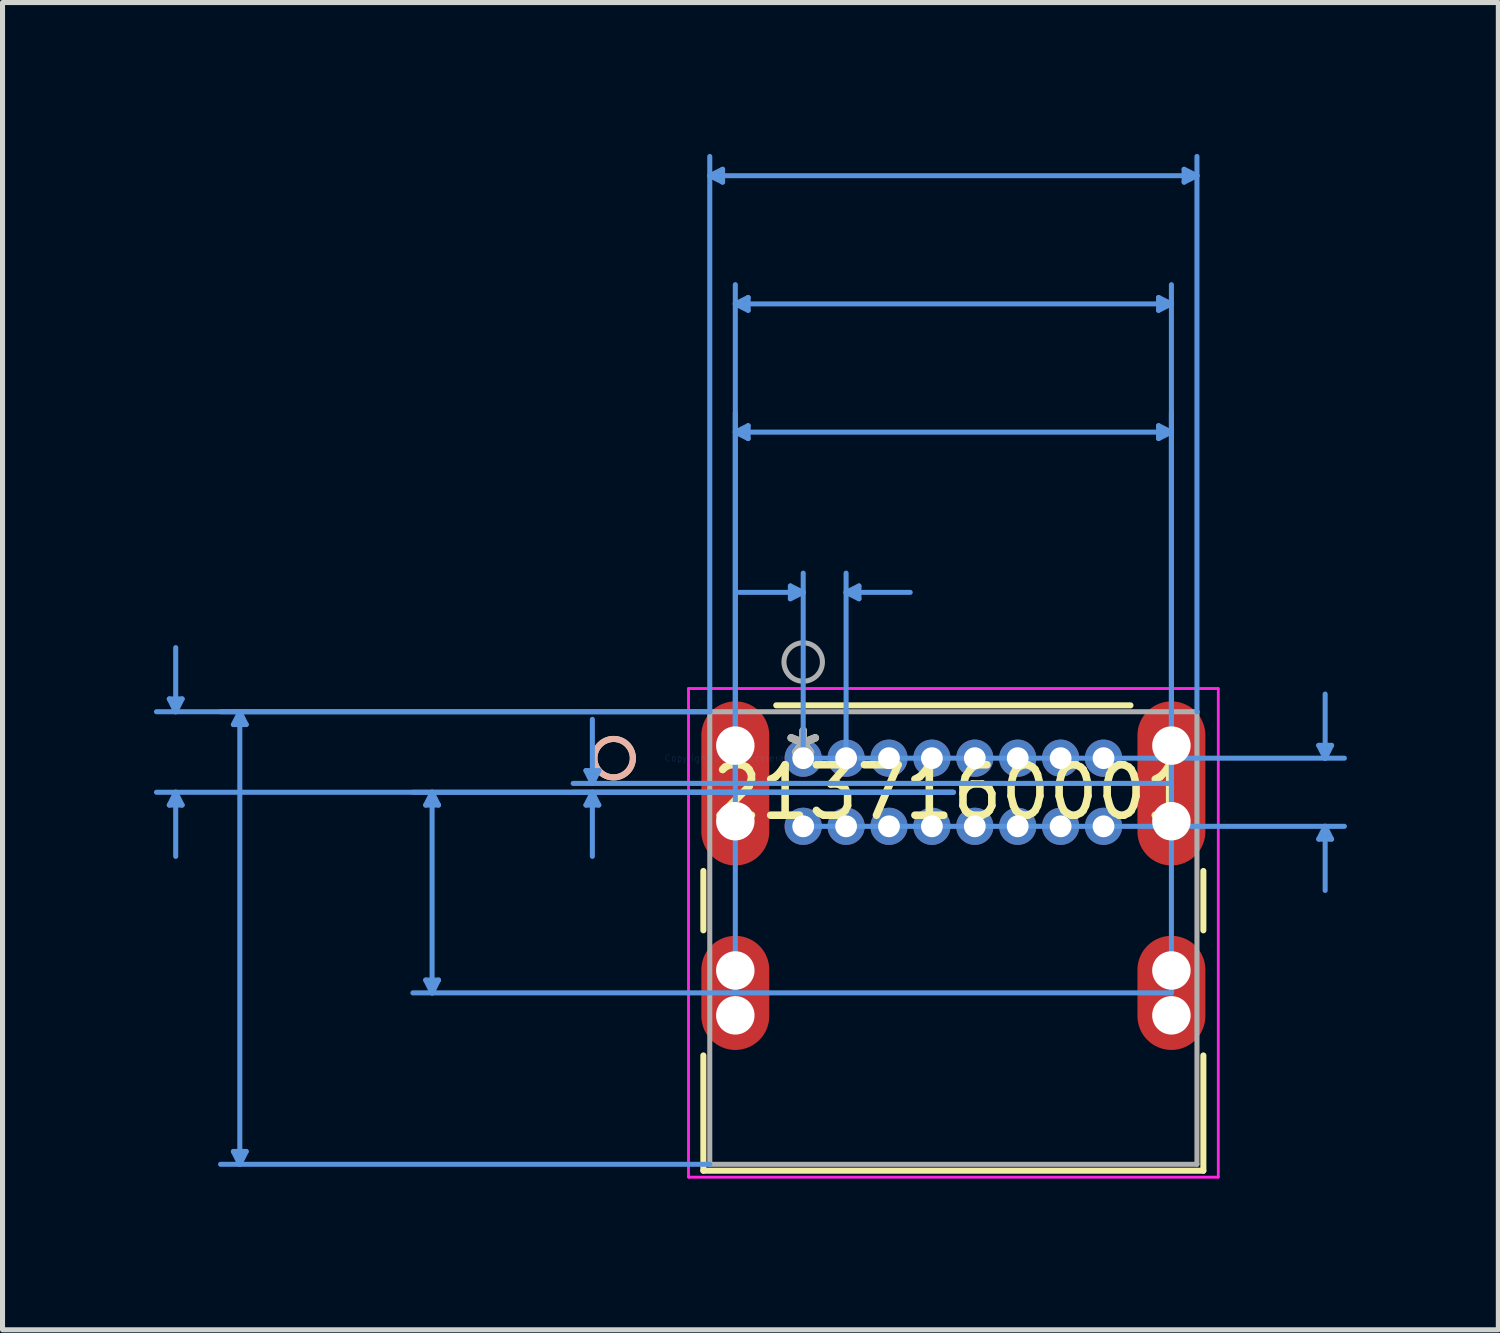
<source format=kicad_pcb>
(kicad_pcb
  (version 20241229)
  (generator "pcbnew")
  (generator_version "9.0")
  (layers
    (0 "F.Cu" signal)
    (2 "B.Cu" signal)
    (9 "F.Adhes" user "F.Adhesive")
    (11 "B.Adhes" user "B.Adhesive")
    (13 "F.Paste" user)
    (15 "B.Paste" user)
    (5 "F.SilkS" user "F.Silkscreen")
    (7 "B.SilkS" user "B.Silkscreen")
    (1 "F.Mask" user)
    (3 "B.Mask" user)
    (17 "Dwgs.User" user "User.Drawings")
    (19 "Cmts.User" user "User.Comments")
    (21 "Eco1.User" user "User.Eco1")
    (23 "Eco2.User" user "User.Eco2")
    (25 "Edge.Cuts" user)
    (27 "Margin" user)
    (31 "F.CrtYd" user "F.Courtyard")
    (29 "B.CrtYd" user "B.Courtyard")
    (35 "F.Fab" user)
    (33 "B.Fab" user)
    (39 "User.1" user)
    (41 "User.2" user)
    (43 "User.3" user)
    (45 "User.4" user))
  (footprint "2137160001"
    (layer "F.Cu")
    (at 12.863 11.971)
    (property "Reference" "2137160001" (at 2.975 0.675 0) (layer "F.SilkS") (effects (font (size 1 1) (thickness 0.15))))
    (attr through_hole)
    (fp_line (start -1.978 2.234) (end -1.978 3.411) (stroke (width 0.12) (type solid)) (layer "F.SilkS"))
    (fp_line (start -1.978 5.889) (end -1.978 8.173) (stroke (width 0.12) (type solid)) (layer "F.SilkS"))
    (fp_line (start -1.978 8.173) (end 7.928 8.173) (stroke (width 0.12) (type solid)) (layer "F.SilkS"))
    (fp_line (start 6.484 -1.047) (end -0.534 -1.047) (stroke (width 0.12) (type solid)) (layer "F.SilkS"))
    (fp_line (start 7.928 3.411) (end 7.928 2.234) (stroke (width 0.12) (type solid)) (layer "F.SilkS"))
    (fp_line (start 7.928 8.173) (end 7.928 5.889) (stroke (width 0.12) (type solid)) (layer "F.SilkS"))
    (fp_circle (center -3.756 0) (end -3.375 0) (stroke (width 0.12) (type solid)) (fill no) (layer "F.SilkS"))
    (fp_circle (center -3.756 0) (end -3.375 0) (stroke (width 0.12) (type solid)) (fill no) (layer "B.SilkS"))
    (fp_line (start -12.559 -1.174) (end -12.305 -1.174) (stroke (width 0.1) (type solid)) (layer "Cmts.User"))
    (fp_line (start -12.559 0.929) (end -12.305 0.929) (stroke (width 0.1) (type solid)) (layer "Cmts.User"))
    (fp_line (start -12.432 -0.92) (end -12.559 -1.174) (stroke (width 0.1) (type solid)) (layer "Cmts.User"))
    (fp_line (start -12.432 -0.92) (end -12.432 -2.19) (stroke (width 0.1) (type solid)) (layer "Cmts.User"))
    (fp_line (start -12.432 -0.92) (end -12.305 -1.174) (stroke (width 0.1) (type solid)) (layer "Cmts.User"))
    (fp_line (start -12.432 0.675) (end -12.559 0.929) (stroke (width 0.1) (type solid)) (layer "Cmts.User"))
    (fp_line (start -12.432 0.675) (end -12.432 1.945) (stroke (width 0.1) (type solid)) (layer "Cmts.User"))
    (fp_line (start -12.432 0.675) (end -12.305 0.929) (stroke (width 0.1) (type solid)) (layer "Cmts.User"))
    (fp_line (start -11.289 -0.666) (end -11.035 -0.666) (stroke (width 0.1) (type solid)) (layer "Cmts.User"))
    (fp_line (start -11.289 7.792) (end -11.035 7.792) (stroke (width 0.1) (type solid)) (layer "Cmts.User"))
    (fp_line (start -11.162 -0.92) (end -11.289 -0.666) (stroke (width 0.1) (type solid)) (layer "Cmts.User"))
    (fp_line (start -11.162 -0.92) (end -11.162 8.046) (stroke (width 0.1) (type solid)) (layer "Cmts.User"))
    (fp_line (start -11.162 -0.92) (end -11.035 -0.666) (stroke (width 0.1) (type solid)) (layer "Cmts.User"))
    (fp_line (start -11.162 8.046) (end -11.289 7.792) (stroke (width 0.1) (type solid)) (layer "Cmts.User"))
    (fp_line (start -11.162 8.046) (end -11.035 7.792) (stroke (width 0.1) (type solid)) (layer "Cmts.User"))
    (fp_line (start -7.479 0.929) (end -7.225 0.929) (stroke (width 0.1) (type solid)) (layer "Cmts.User"))
    (fp_line (start -7.479 4.396) (end -7.225 4.396) (stroke (width 0.1) (type solid)) (layer "Cmts.User"))
    (fp_line (start -7.352 0.675) (end -7.479 0.929) (stroke (width 0.1) (type solid)) (layer "Cmts.User"))
    (fp_line (start -7.352 0.675) (end -7.352 4.65) (stroke (width 0.1) (type solid)) (layer "Cmts.User"))
    (fp_line (start -7.352 0.675) (end -7.225 0.929) (stroke (width 0.1) (type solid)) (layer "Cmts.User"))
    (fp_line (start -7.352 4.65) (end -7.479 4.396) (stroke (width 0.1) (type solid)) (layer "Cmts.User"))
    (fp_line (start -7.352 4.65) (end -7.225 4.396) (stroke (width 0.1) (type solid)) (layer "Cmts.User"))
    (fp_line (start -4.304 0.246) (end -4.05 0.246) (stroke (width 0.1) (type solid)) (layer "Cmts.User"))
    (fp_line (start -4.304 0.929) (end -4.05 0.929) (stroke (width 0.1) (type solid)) (layer "Cmts.User"))
    (fp_line (start -4.177 0.5) (end -4.304 0.246) (stroke (width 0.1) (type solid)) (layer "Cmts.User"))
    (fp_line (start -4.177 0.5) (end -4.177 -0.77) (stroke (width 0.1) (type solid)) (layer "Cmts.User"))
    (fp_line (start -4.177 0.5) (end -4.05 0.246) (stroke (width 0.1) (type solid)) (layer "Cmts.User"))
    (fp_line (start -4.177 0.675) (end -4.304 0.929) (stroke (width 0.1) (type solid)) (layer "Cmts.User"))
    (fp_line (start -4.177 0.675) (end -4.177 1.945) (stroke (width 0.1) (type solid)) (layer "Cmts.User"))
    (fp_line (start -4.177 0.675) (end -4.05 0.929) (stroke (width 0.1) (type solid)) (layer "Cmts.User"))
    (fp_line (start -1.851 -11.54) (end -1.597 -11.667) (stroke (width 0.1) (type solid)) (layer "Cmts.User"))
    (fp_line (start -1.851 -11.54) (end -1.597 -11.413) (stroke (width 0.1) (type solid)) (layer "Cmts.User"))
    (fp_line (start -1.851 -11.54) (end 7.801 -11.54) (stroke (width 0.1) (type solid)) (layer "Cmts.User"))
    (fp_line (start -1.851 -0.92) (end -12.813 -0.92) (stroke (width 0.1) (type solid)) (layer "Cmts.User"))
    (fp_line (start -1.851 -0.92) (end -11.543 -0.92) (stroke (width 0.1) (type solid)) (layer "Cmts.User"))
    (fp_line (start -1.851 -0.92) (end -1.851 -11.921) (stroke (width 0.1) (type solid)) (layer "Cmts.User"))
    (fp_line (start -1.851 8.046) (end -11.543 8.046) (stroke (width 0.1) (type solid)) (layer "Cmts.User"))
    (fp_line (start -1.597 -11.667) (end -1.597 -11.413) (stroke (width 0.1) (type solid)) (layer "Cmts.User"))
    (fp_line (start -1.345 -9) (end -1.091 -9.127) (stroke (width 0.1) (type solid)) (layer "Cmts.User"))
    (fp_line (start -1.345 -9) (end -1.091 -8.873) (stroke (width 0.1) (type solid)) (layer "Cmts.User"))
    (fp_line (start -1.345 -9) (end 7.295 -9) (stroke (width 0.1) (type solid)) (layer "Cmts.User"))
    (fp_line (start -1.345 -6.46) (end -1.091 -6.587) (stroke (width 0.1) (type solid)) (layer "Cmts.User"))
    (fp_line (start -1.345 -6.46) (end -1.091 -6.333) (stroke (width 0.1) (type solid)) (layer "Cmts.User"))
    (fp_line (start -1.345 -6.46) (end 7.295 -6.46) (stroke (width 0.1) (type solid)) (layer "Cmts.User"))
    (fp_line (start -1.345 0.5) (end -1.345 -9.381) (stroke (width 0.1) (type solid)) (layer "Cmts.User"))
    (fp_line (start -1.345 4.65) (end -1.345 -6.841) (stroke (width 0.1) (type solid)) (layer "Cmts.User"))
    (fp_line (start -1.091 -9.127) (end -1.091 -8.873) (stroke (width 0.1) (type solid)) (layer "Cmts.User"))
    (fp_line (start -1.091 -6.587) (end -1.091 -6.333) (stroke (width 0.1) (type solid)) (layer "Cmts.User"))
    (fp_line (start -0.254 -3.412) (end -0.254 -3.158) (stroke (width 0.1) (type solid)) (layer "Cmts.User"))
    (fp_line (start 0 -3.285) (end -1.27 -3.285) (stroke (width 0.1) (type solid)) (layer "Cmts.User"))
    (fp_line (start 0 -3.285) (end -0.254 -3.412) (stroke (width 0.1) (type solid)) (layer "Cmts.User"))
    (fp_line (start 0 -3.285) (end -0.254 -3.158) (stroke (width 0.1) (type solid)) (layer "Cmts.User"))
    (fp_line (start 0 0) (end 0 -3.666) (stroke (width 0.1) (type solid)) (layer "Cmts.User"))
    (fp_line (start 0 0) (end 10.722 0) (stroke (width 0.1) (type solid)) (layer "Cmts.User"))
    (fp_line (start 0 1.35) (end 10.722 1.35) (stroke (width 0.1) (type solid)) (layer "Cmts.User"))
    (fp_line (start 0.85 -3.285) (end 1.104 -3.412) (stroke (width 0.1) (type solid)) (layer "Cmts.User"))
    (fp_line (start 0.85 -3.285) (end 1.104 -3.158) (stroke (width 0.1) (type solid)) (layer "Cmts.User"))
    (fp_line (start 0.85 -3.285) (end 2.12 -3.285) (stroke (width 0.1) (type solid)) (layer "Cmts.User"))
    (fp_line (start 0.85 0) (end 0.85 -3.666) (stroke (width 0.1) (type solid)) (layer "Cmts.User"))
    (fp_line (start 1.104 -3.412) (end 1.104 -3.158) (stroke (width 0.1) (type solid)) (layer "Cmts.User"))
    (fp_line (start 2.975 0.675) (end -12.813 0.675) (stroke (width 0.1) (type solid)) (layer "Cmts.User"))
    (fp_line (start 2.975 0.675) (end -7.733 0.675) (stroke (width 0.1) (type solid)) (layer "Cmts.User"))
    (fp_line (start 2.975 0.675) (end -4.558 0.675) (stroke (width 0.1) (type solid)) (layer "Cmts.User"))
    (fp_line (start 7.041 -9.127) (end 7.041 -8.873) (stroke (width 0.1) (type solid)) (layer "Cmts.User"))
    (fp_line (start 7.041 -6.587) (end 7.041 -6.333) (stroke (width 0.1) (type solid)) (layer "Cmts.User"))
    (fp_line (start 7.295 -9) (end 7.041 -9.127) (stroke (width 0.1) (type solid)) (layer "Cmts.User"))
    (fp_line (start 7.295 -9) (end 7.041 -8.873) (stroke (width 0.1) (type solid)) (layer "Cmts.User"))
    (fp_line (start 7.295 -6.46) (end 7.041 -6.587) (stroke (width 0.1) (type solid)) (layer "Cmts.User"))
    (fp_line (start 7.295 -6.46) (end 7.041 -6.333) (stroke (width 0.1) (type solid)) (layer "Cmts.User"))
    (fp_line (start 7.295 0.5) (end -4.558 0.5) (stroke (width 0.1) (type solid)) (layer "Cmts.User"))
    (fp_line (start 7.295 0.5) (end 7.295 -9.381) (stroke (width 0.1) (type solid)) (layer "Cmts.User"))
    (fp_line (start 7.295 4.65) (end -7.733 4.65) (stroke (width 0.1) (type solid)) (layer "Cmts.User"))
    (fp_line (start 7.295 4.65) (end 7.295 -6.841) (stroke (width 0.1) (type solid)) (layer "Cmts.User"))
    (fp_line (start 7.547 -11.667) (end 7.547 -11.413) (stroke (width 0.1) (type solid)) (layer "Cmts.User"))
    (fp_line (start 7.801 -11.54) (end 7.547 -11.667) (stroke (width 0.1) (type solid)) (layer "Cmts.User"))
    (fp_line (start 7.801 -11.54) (end 7.547 -11.413) (stroke (width 0.1) (type solid)) (layer "Cmts.User"))
    (fp_line (start 7.801 -0.92) (end 7.801 -11.921) (stroke (width 0.1) (type solid)) (layer "Cmts.User"))
    (fp_line (start 10.214 -0.254) (end 10.468 -0.254) (stroke (width 0.1) (type solid)) (layer "Cmts.User"))
    (fp_line (start 10.214 1.604) (end 10.468 1.604) (stroke (width 0.1) (type solid)) (layer "Cmts.User"))
    (fp_line (start 10.341 0) (end 10.214 -0.254) (stroke (width 0.1) (type solid)) (layer "Cmts.User"))
    (fp_line (start 10.341 0) (end 10.341 -1.27) (stroke (width 0.1) (type solid)) (layer "Cmts.User"))
    (fp_line (start 10.341 0) (end 10.468 -0.254) (stroke (width 0.1) (type solid)) (layer "Cmts.User"))
    (fp_line (start 10.341 1.35) (end 10.214 1.604) (stroke (width 0.1) (type solid)) (layer "Cmts.User"))
    (fp_line (start 10.341 1.35) (end 10.341 2.62) (stroke (width 0.1) (type solid)) (layer "Cmts.User"))
    (fp_line (start 10.341 1.35) (end 10.468 1.604) (stroke (width 0.1) (type solid)) (layer "Cmts.User"))
    (fp_line (start -2.272 -1.38) (end -2.272 8.3) (stroke (width 0.05) (type solid)) (layer "F.CrtYd"))
    (fp_line (start -2.272 -1.38) (end -2.272 8.3) (stroke (width 0.05) (type solid)) (layer "F.CrtYd"))
    (fp_line (start -2.272 8.3) (end 8.222 8.3) (stroke (width 0.05) (type solid)) (layer "F.CrtYd"))
    (fp_line (start -2.272 8.3) (end 8.222 8.3) (stroke (width 0.05) (type solid)) (layer "F.CrtYd"))
    (fp_line (start 8.222 -1.38) (end -2.272 -1.38) (stroke (width 0.05) (type solid)) (layer "F.CrtYd"))
    (fp_line (start 8.222 -1.38) (end -2.272 -1.38) (stroke (width 0.05) (type solid)) (layer "F.CrtYd"))
    (fp_line (start 8.222 8.3) (end 8.222 -1.38) (stroke (width 0.05) (type solid)) (layer "F.CrtYd"))
    (fp_line (start 8.222 8.3) (end 8.222 -1.38) (stroke (width 0.05) (type solid)) (layer "F.CrtYd"))
    (fp_line (start -1.851 -0.92) (end -1.851 8.046) (stroke (width 0.1) (type solid)) (layer "F.Fab"))
    (fp_line (start -1.851 8.046) (end 7.801 8.046) (stroke (width 0.1) (type solid)) (layer "F.Fab"))
    (fp_line (start 7.801 -0.92) (end -1.851 -0.92) (stroke (width 0.1) (type solid)) (layer "F.Fab"))
    (fp_line (start 7.801 8.046) (end 7.801 -0.92) (stroke (width 0.1) (type solid)) (layer "F.Fab"))
    (fp_circle (center 0 -1.905) (end 0.381 -1.905) (stroke (width 0.1) (type solid)) (fill no) (layer "F.Fab"))
    (fp_text user "*" (at 0 0 0) (layer "F.SilkS") (effects (font (size 1 1) (thickness 0.15))))
    (fp_text user "Copyright 2021 Accelerated Designs. All rights reserved." (at 0 0 0) (layer "Cmts.User") (effects (font (size 0.127 0.127) (thickness 0.002))))
    (fp_text user "*" (at 0 0 0) (layer "F.Fab") (effects (font (size 1 1) (thickness 0.15))))
    (pad "" np_thru_hole circle (at -1.345 4.206) (size 0.762 0.762) (drill 0.762) (layers "*.Cu" "*.Mask"))
    (pad "" np_thru_hole circle (at -1.345 5.095) (size 0.762 0.762) (drill 0.762) (layers "*.Cu" "*.Mask"))
    (pad "" np_thru_hole circle (at -1.345 -0.249) (size 0.762 0.762) (drill 0.762) (layers "*.Cu" "*.Mask"))
    (pad "" np_thru_hole circle (at -1.345 1.249) (size 0.762 0.762) (drill 0.762) (layers "*.Cu" "*.Mask"))
    (pad "" np_thru_hole circle (at 7.295 -0.249) (size 0.762 0.762) (drill 0.762) (layers "*.Cu" "*.Mask"))
    (pad "" np_thru_hole circle (at 7.295 1.249) (size 0.762 0.762) (drill 0.762) (layers "*.Cu" "*.Mask"))
    (pad "" np_thru_hole circle (at 7.295 4.206) (size 0.762 0.762) (drill 0.762) (layers "*.Cu" "*.Mask"))
    (pad "" np_thru_hole circle (at 7.295 5.095) (size 0.762 0.762) (drill 0.762) (layers "*.Cu" "*.Mask"))
    (pad "17" smd oval (at -1.345 0.5) (size 1.346 3.251) (layers "F.Cu" "F.Mask" "F.Paste"))
    (pad "18" smd oval (at 7.295 0.5) (size 1.346 3.251) (layers "F.Cu" "F.Mask" "F.Paste"))
    (pad "19" smd oval (at -1.345 4.65) (size 1.346 2.261) (layers "F.Cu" "F.Mask" "F.Paste"))
    (pad "20" smd oval (at 7.295 4.65) (size 1.346 2.261) (layers "F.Cu" "F.Mask" "F.Paste"))
    (pad "A1" thru_hole circle (at 0 0) (size 0.737 0.737) (drill 0.432) (layers "*.Cu" "*.Mask"))
    (pad "A4" thru_hole circle (at 0.85 0) (size 0.737 0.737) (drill 0.432) (layers "*.Cu" "*.Mask"))
    (pad "A5" thru_hole circle (at 1.7 0) (size 0.737 0.737) (drill 0.432) (layers "*.Cu" "*.Mask"))
    (pad "A6" thru_hole circle (at 2.55 0) (size 0.737 0.737) (drill 0.432) (layers "*.Cu" "*.Mask"))
    (pad "A7" thru_hole circle (at 3.4 0) (size 0.737 0.737) (drill 0.432) (layers "*.Cu" "*.Mask"))
    (pad "A8" thru_hole circle (at 4.25 0) (size 0.737 0.737) (drill 0.432) (layers "*.Cu" "*.Mask"))
    (pad "A9" thru_hole circle (at 5.1 0) (size 0.737 0.737) (drill 0.432) (layers "*.Cu" "*.Mask"))
    (pad "A12" thru_hole circle (at 5.95 0) (size 0.737 0.737) (drill 0.432) (layers "*.Cu" "*.Mask"))
    (pad "B1" thru_hole circle (at 5.95 1.35) (size 0.737 0.737) (drill 0.432) (layers "*.Cu" "*.Mask"))
    (pad "B4" thru_hole circle (at 5.1 1.35) (size 0.737 0.737) (drill 0.432) (layers "*.Cu" "*.Mask"))
    (pad "B5" thru_hole circle (at 4.25 1.35) (size 0.737 0.737) (drill 0.432) (layers "*.Cu" "*.Mask"))
    (pad "B6" thru_hole circle (at 3.4 1.35) (size 0.737 0.737) (drill 0.432) (layers "*.Cu" "*.Mask"))
    (pad "B7" thru_hole circle (at 2.55 1.35) (size 0.737 0.737) (drill 0.432) (layers "*.Cu" "*.Mask"))
    (pad "B8" thru_hole circle (at 1.7 1.35) (size 0.737 0.737) (drill 0.432) (layers "*.Cu" "*.Mask"))
    (pad "B9" thru_hole circle (at 0.85 1.35) (size 0.737 0.737) (drill 0.432) (layers "*.Cu" "*.Mask"))
    (pad "B12" thru_hole circle (at 0 1.35) (size 0.737 0.737) (drill 0.432) (layers "*.Cu" "*.Mask")))
  (gr_rect
    (start -3 -3)
    (end 26.635 23.296)
    (stroke (width 0.1) (type default))
    (fill no)
    (layer "Edge.Cuts")))
</source>
